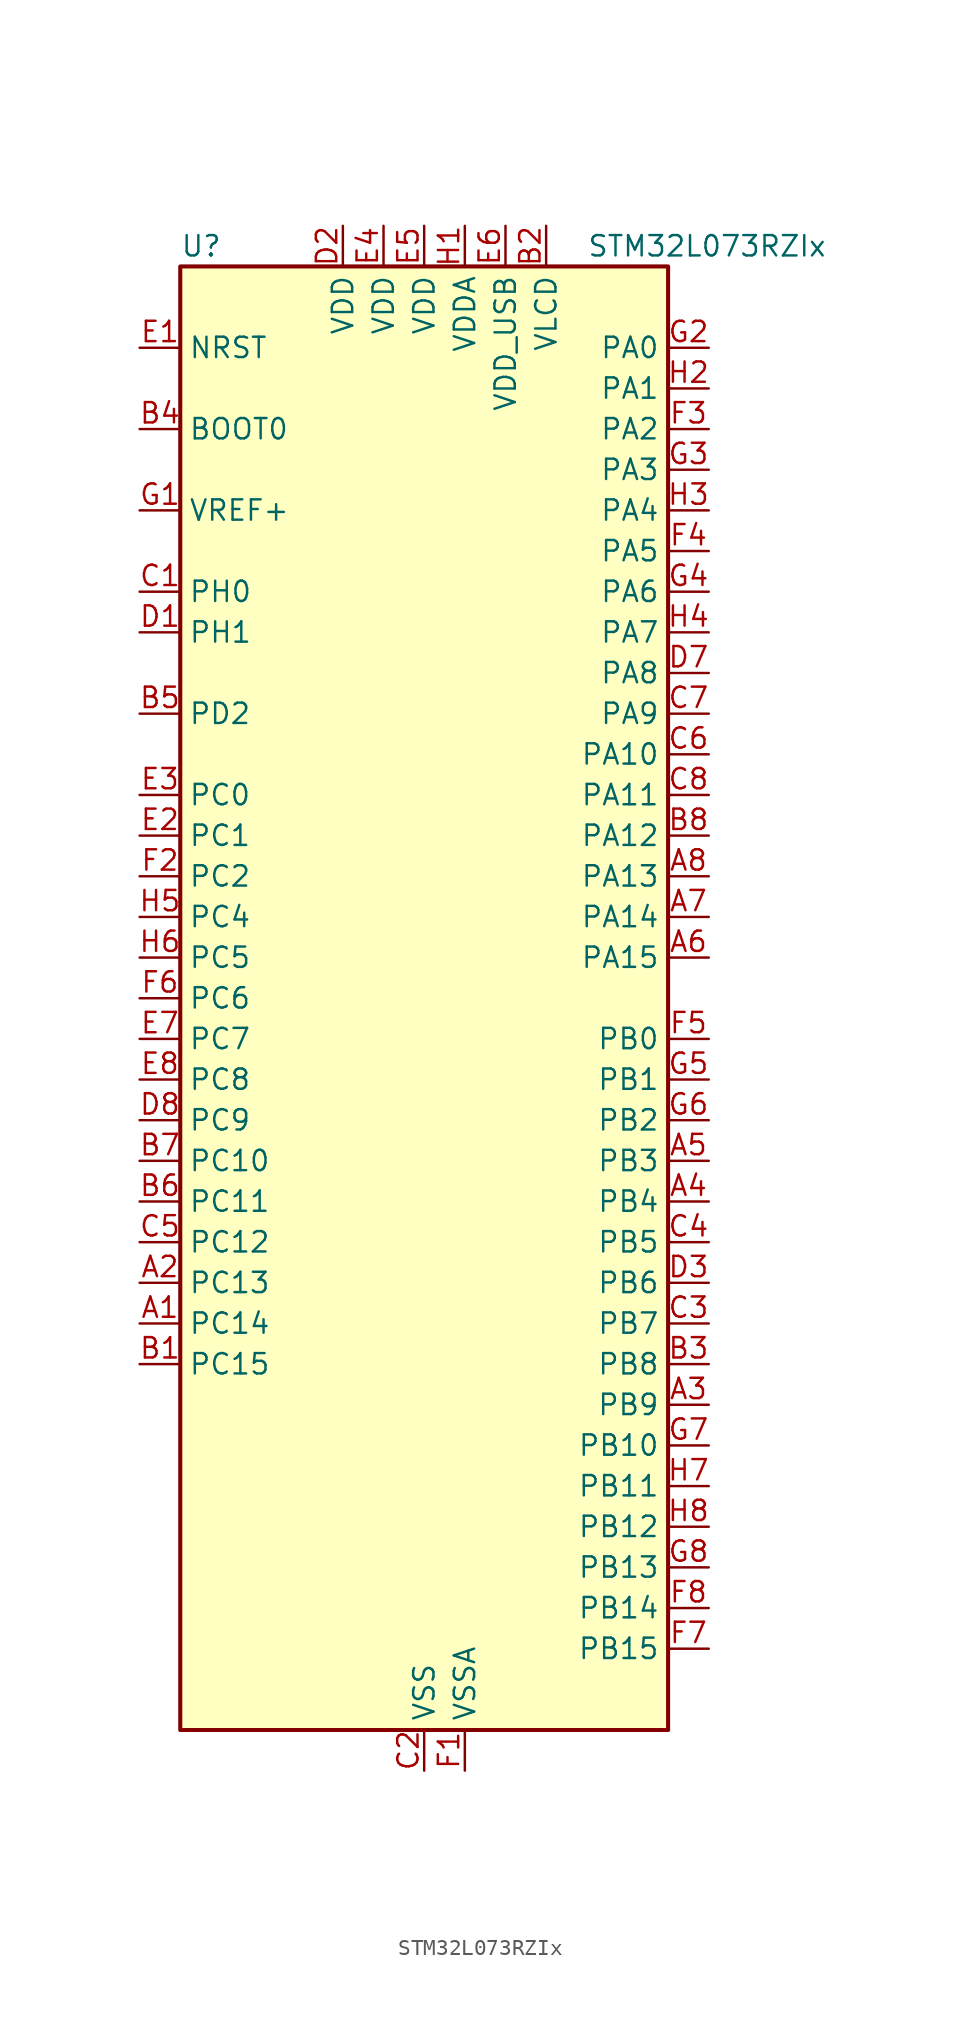
<source format=kicad_sym>
(kicad_symbol_lib
  (version 20241209)
  (generator "kicad_symbol_editor")
  (generator_version "9.0")
  (symbol "STM32L073RZIx"
    (property "Reference" "U"
      (at -15.24 46.99 0)
      (effects (font (size 1.27 1.27)) (justify left)))
    (property "Value" "STM32L073RZIx"
      (at 10.16 46.99 0)
      (effects (font (size 1.27 1.27)) (justify left)))
    (symbol "STM32L073RZIx_0_1"
      (rectangle (start -15.24 -45.72) (end 15.24 45.72) (stroke (width 0.254) (type default)) (fill (type background))))
    (symbol "STM32L073RZIx_1_1"
      (pin input line (at -17.78 40.64 0) (length 2.54) (name "NRST" (effects (font (size 1.27 1.27)))) (number "E1" (effects (font (size 1.27 1.27)))))
      (pin input line (at -17.78 35.56 0) (length 2.54) (name "BOOT0" (effects (font (size 1.27 1.27)))) (number "B4" (effects (font (size 1.27 1.27)))))
      (pin input line (at -17.78 30.48 0) (length 2.54) (name "VREF+" (effects (font (size 1.27 1.27)))) (number "G1" (effects (font (size 1.27 1.27)))))
      (pin bidirectional line (at -17.78 25.4 0) (length 2.54) (name "PH0" (effects (font (size 1.27 1.27)))) (number "C1" (effects (font (size 1.27 1.27)))) (alternate "CRS_SYNC" bidirectional line) (alternate "RCC_OSC_IN" bidirectional line))
      (pin bidirectional line (at -17.78 22.86 0) (length 2.54) (name "PH1" (effects (font (size 1.27 1.27)))) (number "D1" (effects (font (size 1.27 1.27)))) (alternate "RCC_OSC_OUT" bidirectional line))
      (pin bidirectional line (at -17.78 17.78 0) (length 2.54) (name "PD2" (effects (font (size 1.27 1.27)))) (number "B5" (effects (font (size 1.27 1.27)))) (alternate "LCD_COM7" bidirectional line) (alternate "LCD_SEG31" bidirectional line) (alternate "LPUART1_DE" bidirectional line) (alternate "LPUART1_RTS" bidirectional line) (alternate "TIM3_ETR" bidirectional line) (alternate "USART5_RX" bidirectional line))
      (pin bidirectional line (at -17.78 12.7 0) (length 2.54) (name "PC0" (effects (font (size 1.27 1.27)))) (number "E3" (effects (font (size 1.27 1.27)))) (alternate "ADC_IN10" bidirectional line) (alternate "I2C3_SCL" bidirectional line) (alternate "LCD_SEG18" bidirectional line) (alternate "LPTIM1_IN1" bidirectional line) (alternate "LPUART1_RX" bidirectional line) (alternate "TSC_G7_IO1" bidirectional line))
      (pin bidirectional line (at -17.78 10.16 0) (length 2.54) (name "PC1" (effects (font (size 1.27 1.27)))) (number "E2" (effects (font (size 1.27 1.27)))) (alternate "ADC_IN11" bidirectional line) (alternate "I2C3_SDA" bidirectional line) (alternate "LCD_SEG19" bidirectional line) (alternate "LPTIM1_OUT" bidirectional line) (alternate "LPUART1_TX" bidirectional line) (alternate "TSC_G7_IO2" bidirectional line))
      (pin bidirectional line (at -17.78 7.62 0) (length 2.54) (name "PC2" (effects (font (size 1.27 1.27)))) (number "F2" (effects (font (size 1.27 1.27)))) (alternate "ADC_IN12" bidirectional line) (alternate "I2S2_MCK" bidirectional line) (alternate "LCD_SEG20" bidirectional line) (alternate "LPTIM1_IN2" bidirectional line) (alternate "SPI2_MISO" bidirectional line) (alternate "TSC_G7_IO3" bidirectional line))
      (pin bidirectional line (at -17.78 5.08 0) (length 2.54) (name "PC4" (effects (font (size 1.27 1.27)))) (number "H5" (effects (font (size 1.27 1.27)))) (alternate "ADC_IN14" bidirectional line) (alternate "LCD_SEG22" bidirectional line) (alternate "LPUART1_TX" bidirectional line))
      (pin bidirectional line (at -17.78 2.54 0) (length 2.54) (name "PC5" (effects (font (size 1.27 1.27)))) (number "H6" (effects (font (size 1.27 1.27)))) (alternate "ADC_IN15" bidirectional line) (alternate "LCD_SEG23" bidirectional line) (alternate "LPUART1_RX" bidirectional line) (alternate "TSC_G3_IO1" bidirectional line))
      (pin bidirectional line (at -17.78 0 0) (length 2.54) (name "PC6" (effects (font (size 1.27 1.27)))) (number "F6" (effects (font (size 1.27 1.27)))) (alternate "LCD_SEG24" bidirectional line) (alternate "TIM22_CH1" bidirectional line) (alternate "TIM3_CH1" bidirectional line) (alternate "TSC_G8_IO1" bidirectional line))
      (pin bidirectional line (at -17.78 -2.54 0) (length 2.54) (name "PC7" (effects (font (size 1.27 1.27)))) (number "E7" (effects (font (size 1.27 1.27)))) (alternate "LCD_SEG25" bidirectional line) (alternate "TIM22_CH2" bidirectional line) (alternate "TIM3_CH2" bidirectional line) (alternate "TSC_G8_IO2" bidirectional line))
      (pin bidirectional line (at -17.78 -5.08 0) (length 2.54) (name "PC8" (effects (font (size 1.27 1.27)))) (number "E8" (effects (font (size 1.27 1.27)))) (alternate "LCD_SEG26" bidirectional line) (alternate "TIM22_ETR" bidirectional line) (alternate "TIM3_CH3" bidirectional line) (alternate "TSC_G8_IO3" bidirectional line))
      (pin bidirectional line (at -17.78 -7.62 0) (length 2.54) (name "PC9" (effects (font (size 1.27 1.27)))) (number "D8" (effects (font (size 1.27 1.27)))) (alternate "DAC_EXTI9" bidirectional line) (alternate "I2C3_SDA" bidirectional line) (alternate "LCD_SEG27" bidirectional line) (alternate "TIM21_ETR" bidirectional line) (alternate "TIM3_CH4" bidirectional line) (alternate "TSC_G8_IO4" bidirectional line) (alternate "USB_NOE" bidirectional line))
      (pin bidirectional line (at -17.78 -10.16 0) (length 2.54) (name "PC10" (effects (font (size 1.27 1.27)))) (number "B7" (effects (font (size 1.27 1.27)))) (alternate "LCD_COM4" bidirectional line) (alternate "LCD_SEG28" bidirectional line) (alternate "LPUART1_TX" bidirectional line) (alternate "USART4_TX" bidirectional line))
      (pin bidirectional line (at -17.78 -12.7 0) (length 2.54) (name "PC11" (effects (font (size 1.27 1.27)))) (number "B6" (effects (font (size 1.27 1.27)))) (alternate "ADC_EXTI11" bidirectional line) (alternate "LCD_COM5" bidirectional line) (alternate "LCD_SEG29" bidirectional line) (alternate "LPUART1_RX" bidirectional line) (alternate "USART4_RX" bidirectional line))
      (pin bidirectional line (at -17.78 -15.24 0) (length 2.54) (name "PC12" (effects (font (size 1.27 1.27)))) (number "C5" (effects (font (size 1.27 1.27)))) (alternate "LCD_COM6" bidirectional line) (alternate "LCD_SEG30" bidirectional line) (alternate "USART4_CK" bidirectional line) (alternate "USART5_TX" bidirectional line))
      (pin bidirectional line (at -17.78 -17.78 0) (length 2.54) (name "PC13" (effects (font (size 1.27 1.27)))) (number "A2" (effects (font (size 1.27 1.27)))) (alternate "RTC_OUT_ALARM" bidirectional line) (alternate "RTC_OUT_CALIB" bidirectional line) (alternate "RTC_TAMP1" bidirectional line) (alternate "RTC_TS" bidirectional line) (alternate "SYS_WKUP2" bidirectional line))
      (pin bidirectional line (at -17.78 -20.32 0) (length 2.54) (name "PC14" (effects (font (size 1.27 1.27)))) (number "A1" (effects (font (size 1.27 1.27)))) (alternate "RCC_OSC32_IN" bidirectional line))
      (pin bidirectional line (at -17.78 -22.86 0) (length 2.54) (name "PC15" (effects (font (size 1.27 1.27)))) (number "B1" (effects (font (size 1.27 1.27)))) (alternate "RCC_OSC32_OUT" bidirectional line))
      (pin power_in line (at -5.08 48.26 270) (length 2.54) (name "VDD" (effects (font (size 1.27 1.27)))) (number "D2" (effects (font (size 1.27 1.27)))))
      (pin power_in line (at -2.54 48.26 270) (length 2.54) (name "VDD" (effects (font (size 1.27 1.27)))) (number "E4" (effects (font (size 1.27 1.27)))))
      (pin power_in line (at 0 48.26 270) (length 2.54) (name "VDD" (effects (font (size 1.27 1.27)))) (number "E5" (effects (font (size 1.27 1.27)))))
      (pin power_in line (at 0 -48.26 90) (length 2.54) (name "VSS" (effects (font (size 1.27 1.27)))) (number "C2" (effects (font (size 1.27 1.27)))))
      (pin passive line (at 0 -48.26 90) (length 2.54) (hide yes) (name "VSS" (effects (font (size 1.27 1.27)))) (number "D4" (effects (font (size 1.27 1.27)))))
      (pin passive line (at 0 -48.26 90) (length 2.54) (hide yes) (name "VSS" (effects (font (size 1.27 1.27)))) (number "D5" (effects (font (size 1.27 1.27)))))
      (pin passive line (at 0 -48.26 90) (length 2.54) (hide yes) (name "VSS" (effects (font (size 1.27 1.27)))) (number "D6" (effects (font (size 1.27 1.27)))))
      (pin power_in line (at 2.54 48.26 270) (length 2.54) (name "VDDA" (effects (font (size 1.27 1.27)))) (number "H1" (effects (font (size 1.27 1.27)))))
      (pin power_in line (at 2.54 -48.26 90) (length 2.54) (name "VSSA" (effects (font (size 1.27 1.27)))) (number "F1" (effects (font (size 1.27 1.27)))))
      (pin power_in line (at 5.08 48.26 270) (length 2.54) (name "VDD_USB" (effects (font (size 1.27 1.27)))) (number "E6" (effects (font (size 1.27 1.27)))))
      (pin power_in line (at 7.62 48.26 270) (length 2.54) (name "VLCD" (effects (font (size 1.27 1.27)))) (number "B2" (effects (font (size 1.27 1.27)))))
      (pin bidirectional line (at 17.78 40.64 180) (length 2.54) (name "PA0" (effects (font (size 1.27 1.27)))) (number "G2" (effects (font (size 1.27 1.27)))) (alternate "ADC_IN0" bidirectional line) (alternate "COMP1_INM" bidirectional line) (alternate "COMP1_OUT" bidirectional line) (alternate "RTC_TAMP2" bidirectional line) (alternate "SYS_WKUP1" bidirectional line) (alternate "TIM2_CH1" bidirectional line) (alternate "TIM2_ETR" bidirectional line) (alternate "TSC_G1_IO1" bidirectional line) (alternate "USART2_CTS" bidirectional line) (alternate "USART4_TX" bidirectional line))
      (pin bidirectional line (at 17.78 38.1 180) (length 2.54) (name "PA1" (effects (font (size 1.27 1.27)))) (number "H2" (effects (font (size 1.27 1.27)))) (alternate "ADC_IN1" bidirectional line) (alternate "COMP1_INP" bidirectional line) (alternate "LCD_SEG0" bidirectional line) (alternate "TIM21_ETR" bidirectional line) (alternate "TIM2_CH2" bidirectional line) (alternate "TSC_G1_IO2" bidirectional line) (alternate "USART2_DE" bidirectional line) (alternate "USART2_RTS" bidirectional line) (alternate "USART4_RX" bidirectional line))
      (pin bidirectional line (at 17.78 35.56 180) (length 2.54) (name "PA2" (effects (font (size 1.27 1.27)))) (number "F3" (effects (font (size 1.27 1.27)))) (alternate "ADC_IN2" bidirectional line) (alternate "COMP2_INM" bidirectional line) (alternate "COMP2_OUT" bidirectional line) (alternate "LCD_SEG1" bidirectional line) (alternate "LPUART1_TX" bidirectional line) (alternate "TIM21_CH1" bidirectional line) (alternate "TIM2_CH3" bidirectional line) (alternate "TSC_G1_IO3" bidirectional line) (alternate "USART2_TX" bidirectional line))
      (pin bidirectional line (at 17.78 33.02 180) (length 2.54) (name "PA3" (effects (font (size 1.27 1.27)))) (number "G3" (effects (font (size 1.27 1.27)))) (alternate "ADC_IN3" bidirectional line) (alternate "COMP2_INP" bidirectional line) (alternate "LCD_SEG2" bidirectional line) (alternate "LPUART1_RX" bidirectional line) (alternate "TIM21_CH2" bidirectional line) (alternate "TIM2_CH4" bidirectional line) (alternate "TSC_G1_IO4" bidirectional line) (alternate "USART2_RX" bidirectional line))
      (pin bidirectional line (at 17.78 30.48 180) (length 2.54) (name "PA4" (effects (font (size 1.27 1.27)))) (number "H3" (effects (font (size 1.27 1.27)))) (alternate "ADC_IN4" bidirectional line) (alternate "COMP1_INM" bidirectional line) (alternate "COMP2_INM" bidirectional line) (alternate "DAC_OUT1" bidirectional line) (alternate "SPI1_NSS" bidirectional line) (alternate "TIM22_ETR" bidirectional line) (alternate "TSC_G2_IO1" bidirectional line) (alternate "USART2_CK" bidirectional line))
      (pin bidirectional line (at 17.78 27.94 180) (length 2.54) (name "PA5" (effects (font (size 1.27 1.27)))) (number "F4" (effects (font (size 1.27 1.27)))) (alternate "ADC_IN5" bidirectional line) (alternate "COMP1_INM" bidirectional line) (alternate "COMP2_INM" bidirectional line) (alternate "DAC_OUT2" bidirectional line) (alternate "SPI1_SCK" bidirectional line) (alternate "TIM2_CH1" bidirectional line) (alternate "TIM2_ETR" bidirectional line) (alternate "TSC_G2_IO2" bidirectional line))
      (pin bidirectional line (at 17.78 25.4 180) (length 2.54) (name "PA6" (effects (font (size 1.27 1.27)))) (number "G4" (effects (font (size 1.27 1.27)))) (alternate "ADC_IN6" bidirectional line) (alternate "COMP1_OUT" bidirectional line) (alternate "LCD_SEG3" bidirectional line) (alternate "LPUART1_CTS" bidirectional line) (alternate "SPI1_MISO" bidirectional line) (alternate "TIM22_CH1" bidirectional line) (alternate "TIM3_CH1" bidirectional line) (alternate "TSC_G2_IO3" bidirectional line))
      (pin bidirectional line (at 17.78 22.86 180) (length 2.54) (name "PA7" (effects (font (size 1.27 1.27)))) (number "H4" (effects (font (size 1.27 1.27)))) (alternate "ADC_IN7" bidirectional line) (alternate "COMP2_OUT" bidirectional line) (alternate "LCD_SEG4" bidirectional line) (alternate "SPI1_MOSI" bidirectional line) (alternate "TIM22_CH2" bidirectional line) (alternate "TIM3_CH2" bidirectional line) (alternate "TSC_G2_IO4" bidirectional line))
      (pin bidirectional line (at 17.78 20.32 180) (length 2.54) (name "PA8" (effects (font (size 1.27 1.27)))) (number "D7" (effects (font (size 1.27 1.27)))) (alternate "CRS_SYNC" bidirectional line) (alternate "I2C3_SCL" bidirectional line) (alternate "LCD_COM0" bidirectional line) (alternate "RCC_MCO" bidirectional line) (alternate "USART1_CK" bidirectional line))
      (pin bidirectional line (at 17.78 17.78 180) (length 2.54) (name "PA9" (effects (font (size 1.27 1.27)))) (number "C7" (effects (font (size 1.27 1.27)))) (alternate "DAC_EXTI9" bidirectional line) (alternate "I2C1_SCL" bidirectional line) (alternate "I2C3_SMBA" bidirectional line) (alternate "LCD_COM1" bidirectional line) (alternate "RCC_MCO" bidirectional line) (alternate "TSC_G4_IO1" bidirectional line) (alternate "USART1_TX" bidirectional line))
      (pin bidirectional line (at 17.78 15.24 180) (length 2.54) (name "PA10" (effects (font (size 1.27 1.27)))) (number "C6" (effects (font (size 1.27 1.27)))) (alternate "I2C1_SDA" bidirectional line) (alternate "LCD_COM2" bidirectional line) (alternate "TSC_G4_IO2" bidirectional line) (alternate "USART1_RX" bidirectional line))
      (pin bidirectional line (at 17.78 12.7 180) (length 2.54) (name "PA11" (effects (font (size 1.27 1.27)))) (number "C8" (effects (font (size 1.27 1.27)))) (alternate "ADC_EXTI11" bidirectional line) (alternate "COMP1_OUT" bidirectional line) (alternate "SPI1_MISO" bidirectional line) (alternate "TSC_G4_IO3" bidirectional line) (alternate "USART1_CTS" bidirectional line) (alternate "USB_DM" bidirectional line))
      (pin bidirectional line (at 17.78 10.16 180) (length 2.54) (name "PA12" (effects (font (size 1.27 1.27)))) (number "B8" (effects (font (size 1.27 1.27)))) (alternate "COMP2_OUT" bidirectional line) (alternate "SPI1_MOSI" bidirectional line) (alternate "TSC_G4_IO4" bidirectional line) (alternate "USART1_DE" bidirectional line) (alternate "USART1_RTS" bidirectional line) (alternate "USB_DP" bidirectional line))
      (pin bidirectional line (at 17.78 7.62 180) (length 2.54) (name "PA13" (effects (font (size 1.27 1.27)))) (number "A8" (effects (font (size 1.27 1.27)))) (alternate "LPUART1_RX" bidirectional line) (alternate "SYS_SWDIO" bidirectional line) (alternate "USB_NOE" bidirectional line))
      (pin bidirectional line (at 17.78 5.08 180) (length 2.54) (name "PA14" (effects (font (size 1.27 1.27)))) (number "A7" (effects (font (size 1.27 1.27)))) (alternate "LPUART1_TX" bidirectional line) (alternate "SYS_SWCLK" bidirectional line) (alternate "USART2_TX" bidirectional line))
      (pin bidirectional line (at 17.78 2.54 180) (length 2.54) (name "PA15" (effects (font (size 1.27 1.27)))) (number "A6" (effects (font (size 1.27 1.27)))) (alternate "LCD_SEG17" bidirectional line) (alternate "SPI1_NSS" bidirectional line) (alternate "TIM2_CH1" bidirectional line) (alternate "TIM2_ETR" bidirectional line) (alternate "USART2_RX" bidirectional line) (alternate "USART4_DE" bidirectional line) (alternate "USART4_RTS" bidirectional line))
      (pin bidirectional line (at 17.78 -2.54 180) (length 2.54) (name "PB0" (effects (font (size 1.27 1.27)))) (number "F5" (effects (font (size 1.27 1.27)))) (alternate "ADC_IN8" bidirectional line) (alternate "LCD_SEG5" bidirectional line) (alternate "LCD_VLCD3" bidirectional line) (alternate "SYS_VREF_OUT_PB0" bidirectional line) (alternate "TIM3_CH3" bidirectional line) (alternate "TSC_G3_IO2" bidirectional line))
      (pin bidirectional line (at 17.78 -5.08 180) (length 2.54) (name "PB1" (effects (font (size 1.27 1.27)))) (number "G5" (effects (font (size 1.27 1.27)))) (alternate "ADC_IN9" bidirectional line) (alternate "LCD_SEG6" bidirectional line) (alternate "LPUART1_DE" bidirectional line) (alternate "LPUART1_RTS" bidirectional line) (alternate "SYS_VREF_OUT_PB1" bidirectional line) (alternate "TIM3_CH4" bidirectional line) (alternate "TSC_G3_IO3" bidirectional line))
      (pin bidirectional line (at 17.78 -7.62 180) (length 2.54) (name "PB2" (effects (font (size 1.27 1.27)))) (number "G6" (effects (font (size 1.27 1.27)))) (alternate "I2C3_SMBA" bidirectional line) (alternate "LCD_VLCD2" bidirectional line) (alternate "LPTIM1_OUT" bidirectional line) (alternate "TSC_G3_IO4" bidirectional line))
      (pin bidirectional line (at 17.78 -10.16 180) (length 2.54) (name "PB3" (effects (font (size 1.27 1.27)))) (number "A5" (effects (font (size 1.27 1.27)))) (alternate "COMP2_INM" bidirectional line) (alternate "LCD_SEG7" bidirectional line) (alternate "SPI1_SCK" bidirectional line) (alternate "TIM2_CH2" bidirectional line) (alternate "TSC_G5_IO1" bidirectional line) (alternate "USART1_DE" bidirectional line) (alternate "USART1_RTS" bidirectional line) (alternate "USART5_TX" bidirectional line))
      (pin bidirectional line (at 17.78 -12.7 180) (length 2.54) (name "PB4" (effects (font (size 1.27 1.27)))) (number "A4" (effects (font (size 1.27 1.27)))) (alternate "COMP2_INP" bidirectional line) (alternate "I2C3_SDA" bidirectional line) (alternate "LCD_SEG8" bidirectional line) (alternate "SPI1_MISO" bidirectional line) (alternate "TIM22_CH1" bidirectional line) (alternate "TIM3_CH1" bidirectional line) (alternate "TSC_G5_IO2" bidirectional line) (alternate "USART1_CTS" bidirectional line) (alternate "USART5_RX" bidirectional line))
      (pin bidirectional line (at 17.78 -15.24 180) (length 2.54) (name "PB5" (effects (font (size 1.27 1.27)))) (number "C4" (effects (font (size 1.27 1.27)))) (alternate "COMP2_INP" bidirectional line) (alternate "I2C1_SMBA" bidirectional line) (alternate "LCD_SEG9" bidirectional line) (alternate "LPTIM1_IN1" bidirectional line) (alternate "SPI1_MOSI" bidirectional line) (alternate "TIM22_CH2" bidirectional line) (alternate "TIM3_CH2" bidirectional line) (alternate "USART1_CK" bidirectional line) (alternate "USART5_CK" bidirectional line) (alternate "USART5_DE" bidirectional line) (alternate "USART5_RTS" bidirectional line))
      (pin bidirectional line (at 17.78 -17.78 180) (length 2.54) (name "PB6" (effects (font (size 1.27 1.27)))) (number "D3" (effects (font (size 1.27 1.27)))) (alternate "COMP2_INP" bidirectional line) (alternate "I2C1_SCL" bidirectional line) (alternate "LPTIM1_ETR" bidirectional line) (alternate "TSC_G5_IO3" bidirectional line) (alternate "USART1_TX" bidirectional line))
      (pin bidirectional line (at 17.78 -20.32 180) (length 2.54) (name "PB7" (effects (font (size 1.27 1.27)))) (number "C3" (effects (font (size 1.27 1.27)))) (alternate "COMP2_INP" bidirectional line) (alternate "I2C1_SDA" bidirectional line) (alternate "LPTIM1_IN2" bidirectional line) (alternate "SYS_PVD_IN" bidirectional line) (alternate "TSC_G5_IO4" bidirectional line) (alternate "USART1_RX" bidirectional line) (alternate "USART4_CTS" bidirectional line))
      (pin bidirectional line (at 17.78 -22.86 180) (length 2.54) (name "PB8" (effects (font (size 1.27 1.27)))) (number "B3" (effects (font (size 1.27 1.27)))) (alternate "I2C1_SCL" bidirectional line) (alternate "LCD_SEG16" bidirectional line) (alternate "TSC_SYNC" bidirectional line))
      (pin bidirectional line (at 17.78 -25.4 180) (length 2.54) (name "PB9" (effects (font (size 1.27 1.27)))) (number "A3" (effects (font (size 1.27 1.27)))) (alternate "DAC_EXTI9" bidirectional line) (alternate "I2C1_SDA" bidirectional line) (alternate "I2S2_WS" bidirectional line) (alternate "LCD_COM3" bidirectional line) (alternate "SPI2_NSS" bidirectional line))
      (pin bidirectional line (at 17.78 -27.94 180) (length 2.54) (name "PB10" (effects (font (size 1.27 1.27)))) (number "G7" (effects (font (size 1.27 1.27)))) (alternate "I2C2_SCL" bidirectional line) (alternate "LCD_SEG10" bidirectional line) (alternate "LPUART1_RX" bidirectional line) (alternate "LPUART1_TX" bidirectional line) (alternate "SPI2_SCK" bidirectional line) (alternate "TIM2_CH3" bidirectional line) (alternate "TSC_SYNC" bidirectional line))
      (pin bidirectional line (at 17.78 -30.48 180) (length 2.54) (name "PB11" (effects (font (size 1.27 1.27)))) (number "H7" (effects (font (size 1.27 1.27)))) (alternate "ADC_EXTI11" bidirectional line) (alternate "I2C2_SDA" bidirectional line) (alternate "LCD_SEG11" bidirectional line) (alternate "LPUART1_RX" bidirectional line) (alternate "LPUART1_TX" bidirectional line) (alternate "TIM2_CH4" bidirectional line) (alternate "TSC_G6_IO1" bidirectional line))
      (pin bidirectional line (at 17.78 -33.02 180) (length 2.54) (name "PB12" (effects (font (size 1.27 1.27)))) (number "H8" (effects (font (size 1.27 1.27)))) (alternate "I2S2_WS" bidirectional line) (alternate "LCD_SEG12" bidirectional line) (alternate "LCD_VLCD2" bidirectional line) (alternate "LPUART1_DE" bidirectional line) (alternate "LPUART1_RTS" bidirectional line) (alternate "SPI2_NSS" bidirectional line) (alternate "TSC_G6_IO2" bidirectional line))
      (pin bidirectional line (at 17.78 -35.56 180) (length 2.54) (name "PB13" (effects (font (size 1.27 1.27)))) (number "G8" (effects (font (size 1.27 1.27)))) (alternate "I2C2_SCL" bidirectional line) (alternate "I2S2_CK" bidirectional line) (alternate "LCD_SEG13" bidirectional line) (alternate "LPUART1_CTS" bidirectional line) (alternate "RCC_MCO" bidirectional line) (alternate "SPI2_SCK" bidirectional line) (alternate "TIM21_CH1" bidirectional line) (alternate "TSC_G6_IO3" bidirectional line))
      (pin bidirectional line (at 17.78 -38.1 180) (length 2.54) (name "PB14" (effects (font (size 1.27 1.27)))) (number "F8" (effects (font (size 1.27 1.27)))) (alternate "I2C2_SDA" bidirectional line) (alternate "I2S2_MCK" bidirectional line) (alternate "LCD_SEG14" bidirectional line) (alternate "LPUART1_DE" bidirectional line) (alternate "LPUART1_RTS" bidirectional line) (alternate "RTC_OUT_ALARM" bidirectional line) (alternate "RTC_OUT_CALIB" bidirectional line) (alternate "SPI2_MISO" bidirectional line) (alternate "TIM21_CH2" bidirectional line) (alternate "TSC_G6_IO4" bidirectional line))
      (pin bidirectional line (at 17.78 -40.64 180) (length 2.54) (name "PB15" (effects (font (size 1.27 1.27)))) (number "F7" (effects (font (size 1.27 1.27)))) (alternate "I2S2_SD" bidirectional line) (alternate "LCD_SEG15" bidirectional line) (alternate "RTC_REFIN" bidirectional line) (alternate "SPI2_MOSI" bidirectional line)))))
</source>
